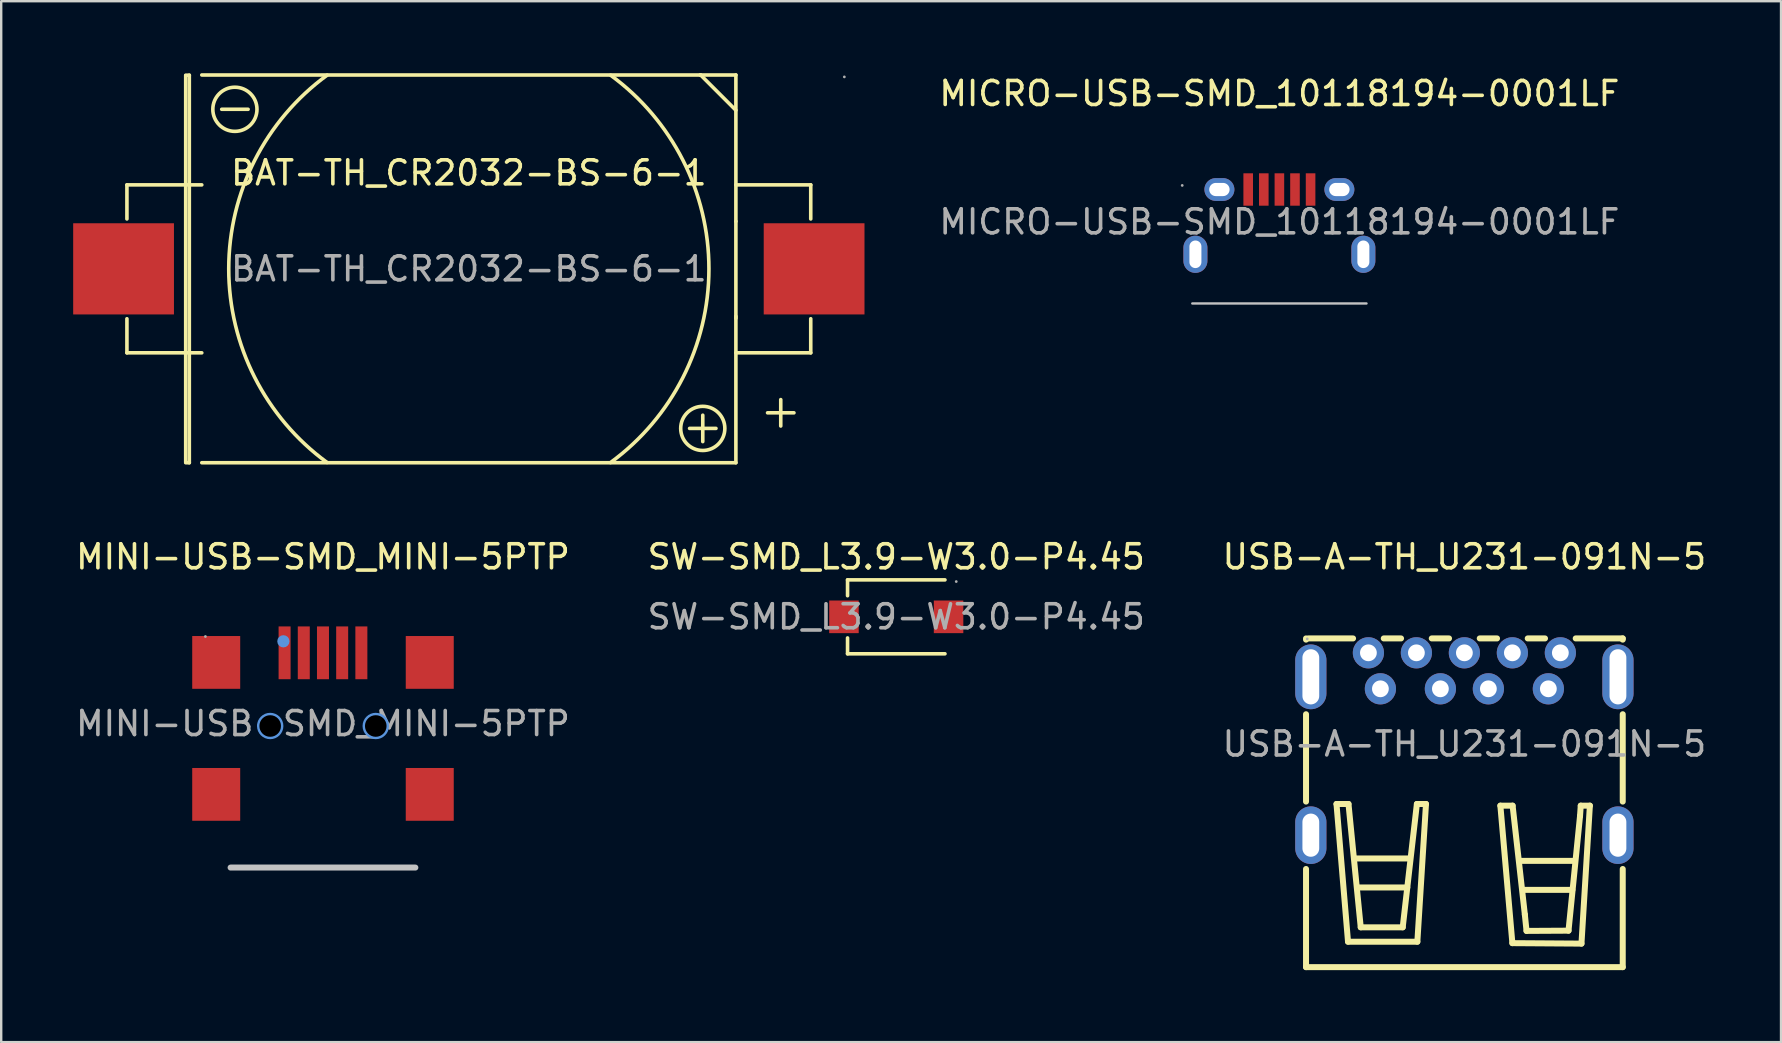
<source format=kicad_pcb>
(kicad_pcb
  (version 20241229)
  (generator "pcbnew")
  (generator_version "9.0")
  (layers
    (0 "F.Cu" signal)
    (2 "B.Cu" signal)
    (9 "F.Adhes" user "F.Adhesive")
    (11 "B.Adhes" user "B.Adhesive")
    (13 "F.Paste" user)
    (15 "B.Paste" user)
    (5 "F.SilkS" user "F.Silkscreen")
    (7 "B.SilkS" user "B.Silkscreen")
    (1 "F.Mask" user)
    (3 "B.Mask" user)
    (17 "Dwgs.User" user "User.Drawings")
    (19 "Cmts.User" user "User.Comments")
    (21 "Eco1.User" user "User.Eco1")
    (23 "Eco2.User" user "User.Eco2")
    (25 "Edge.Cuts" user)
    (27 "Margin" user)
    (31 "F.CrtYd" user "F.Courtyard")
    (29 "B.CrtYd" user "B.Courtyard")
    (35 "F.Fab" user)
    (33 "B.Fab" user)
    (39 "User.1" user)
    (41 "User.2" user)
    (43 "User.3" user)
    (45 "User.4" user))
  (footprint "BAT-TH_CR2032-BS-6-1"
    (layer "F.Cu")
    (at 16.49 8.155)
    (property "Reference" "BAT-TH_CR2032-BS-6-1" (at 0 -4 0) (layer "F.SilkS") (effects (font (size 1 1) (thickness 0.15))))
    (attr smd)
    (fp_line (start -14.25 -3.5) (end -14.25 -2.08) (stroke (width 0.15) (type solid)) (layer "F.SilkS"))
    (fp_line (start -14.25 -3.5) (end -11.13 -3.5) (stroke (width 0.15) (type solid)) (layer "F.SilkS"))
    (fp_line (start -14.25 3.5) (end -14.25 2.08) (stroke (width 0.15) (type solid)) (layer "F.SilkS"))
    (fp_line (start -14.25 3.5) (end -11.13 3.5) (stroke (width 0.15) (type solid)) (layer "F.SilkS"))
    (fp_line (start -11.8 -8.07) (end -11.65 -8.07) (stroke (width 0.15) (type solid)) (layer "F.SilkS"))
    (fp_line (start -11.8 -8.05) (end -11.8 8.05) (stroke (width 0.15) (type solid)) (layer "F.SilkS"))
    (fp_line (start -11.65 -8.07) (end -11.65 8.08) (stroke (width 0.15) (type solid)) (layer "F.SilkS"))
    (fp_line (start -11.65 8.08) (end -11.8 8.08) (stroke (width 0.15) (type solid)) (layer "F.SilkS"))
    (fp_line (start -11.13 -8.08) (end 11.13 -8.08) (stroke (width 0.15) (type solid)) (layer "F.SilkS"))
    (fp_line (start -11.13 8.08) (end 11.13 8.08) (stroke (width 0.15) (type solid)) (layer "F.SilkS"))
    (fp_line (start -9.2 -6.65) (end -10.3 -6.65) (stroke (width 0.15) (type solid)) (layer "F.SilkS"))
    (fp_line (start 9.2 6.65) (end 10.3 6.65) (stroke (width 0.15) (type solid)) (layer "F.SilkS"))
    (fp_line (start 9.64 -8.08) (end 9.66 -8.08) (stroke (width 0.15) (type solid)) (layer "F.SilkS"))
    (fp_line (start 9.66 -8.08) (end 11.13 -6.61) (stroke (width 0.15) (type solid)) (layer "F.SilkS"))
    (fp_line (start 9.75 7.2) (end 9.75 6.1) (stroke (width 0.15) (type solid)) (layer "F.SilkS"))
    (fp_line (start 11.13 -8.08) (end 11.13 -1.98) (stroke (width 0.15) (type solid)) (layer "F.SilkS"))
    (fp_line (start 11.13 -1.98) (end 11.13 2.06) (stroke (width 0.15) (type solid)) (layer "F.SilkS"))
    (fp_line (start 11.13 8.08) (end 11.13 1.98) (stroke (width 0.15) (type solid)) (layer "F.SilkS"))
    (fp_line (start 12.45 6) (end 13.55 6) (stroke (width 0.15) (type solid)) (layer "F.SilkS"))
    (fp_line (start 13 6.55) (end 13 5.45) (stroke (width 0.15) (type solid)) (layer "F.SilkS"))
    (fp_line (start 14.25 -3.5) (end 11.13 -3.5) (stroke (width 0.15) (type solid)) (layer "F.SilkS"))
    (fp_line (start 14.25 -3.5) (end 14.25 -2.08) (stroke (width 0.15) (type solid)) (layer "F.SilkS"))
    (fp_line (start 14.25 3.5) (end 11.13 3.5) (stroke (width 0.15) (type solid)) (layer "F.SilkS"))
    (fp_line (start 14.25 3.5) (end 14.25 2.08) (stroke (width 0.15) (type solid)) (layer "F.SilkS"))
    (fp_arc (start -5.91 8.07) (mid -10.006744 -0.003602) (end -5.904183 -8.07425) (stroke (width 0.15) (type solid)) (layer "F.SilkS"))
    (fp_arc (start 5.91 -8.07) (mid 10.006744 0.003602) (end 5.904183 8.07425) (stroke (width 0.15) (type solid)) (layer "F.SilkS"))
    (fp_circle (center -9.75 -6.65) (end -8.83 -6.65) (stroke (width 0.15) (type solid)) (fill no) (layer "F.SilkS"))
    (fp_circle (center 9.75 6.65) (end 10.67 6.65) (stroke (width 0.15) (type solid)) (fill no) (layer "F.SilkS"))
    (fp_circle (center 15.65 -8) (end 15.68 -8) (stroke (width 0.06) (type solid)) (fill no) (layer "F.Fab"))
    (fp_text user "${REFERENCE}" (at 0 0 0) (layer "F.Fab") (effects (font (size 1 1) (thickness 0.15))))
    (pad "1" smd rect (at 14.39 0) (size 4.2 3.8) (layers "F.Cu" "F.Mask" "F.Paste"))
    (pad "2" smd rect (at -14.39 0) (size 4.2 3.8) (layers "F.Cu" "F.Mask" "F.Paste")))
  (footprint "MINI-USB-SMD_MINI-5PTP"
    (layer "F.Cu")
    (at 10.411 27.108)
    (property "Reference" "MINI-USB-SMD_MINI-5PTP" (at 0 -6.95 0) (layer "F.SilkS") (effects (font (size 1 1) (thickness 0.15))))
    (attr smd)
    (fp_line (start 3.85 6) (end -3.85 6) (stroke (width 0.25) (type solid)) (layer "Dwgs.User"))
    (fp_circle (center -2.2 0.1) (end -2.02 0.1) (stroke (width 0.37) (type solid)) (fill no) (layer "Cmts.User"))
    (fp_circle (center -1.65 -3.43) (end -1.52 -3.43) (stroke (width 0.25) (type solid)) (fill no) (layer "Cmts.User"))
    (fp_circle (center 2.2 0.1) (end 2.38 0.1) (stroke (width 0.37) (type solid)) (fill no) (layer "Cmts.User"))
    (fp_circle (center -4.9 -3.63) (end -4.87 -3.63) (stroke (width 0.06) (type solid)) (fill no) (layer "F.Fab"))
    (fp_text user "${REFERENCE}" (at 0 0 0) (layer "F.Fab") (effects (font (size 1 1) (thickness 0.15))))
    (pad "" np_thru_hole circle (at -2.2 0.1) (size 0.9 0.9) (drill 0.9) (layers "*.Mask"))
    (pad "" np_thru_hole circle (at 2.2 0.1) (size 0.9 0.9) (drill 0.9) (layers "*.Mask"))
    (pad "1" smd rect (at -1.6 -2.95) (size 0.5 2.2) (layers "F.Cu" "F.Mask" "F.Paste"))
    (pad "2" smd rect (at -0.8 -2.95) (size 0.5 2.2) (layers "F.Cu" "F.Mask" "F.Paste"))
    (pad "3" smd rect (at 0 -2.95) (size 0.5 2.2) (layers "F.Cu" "F.Mask" "F.Paste"))
    (pad "4" smd rect (at 0.8 -2.95) (size 0.5 2.2) (layers "F.Cu" "F.Mask" "F.Paste"))
    (pad "5" smd rect (at 1.6 -2.95) (size 0.5 2.2) (layers "F.Cu" "F.Mask" "F.Paste"))
    (pad "6" smd rect (at -4.45 -2.55) (size 2 2.2) (layers "F.Cu" "F.Mask" "F.Paste"))
    (pad "6" smd rect (at -4.45 2.95) (size 2 2.2) (layers "F.Cu" "F.Mask" "F.Paste"))
    (pad "6" smd rect (at 4.45 -2.55) (size 2 2.2) (layers "F.Cu" "F.Mask" "F.Paste"))
    (pad "6" smd rect (at 4.45 2.95) (size 2 2.2) (layers "F.Cu" "F.Mask" "F.Paste")))
  (footprint "USB-A-TH_U231-091N-5"
    (layer "F.Cu")
    (at 57.982 27.958)
    (property "Reference" "USB-A-TH_U231-091N-5" (at 0 -7.8 180) (layer "F.SilkS") (effects (font (size 1 1) (thickness 0.15))))
    (attr through_hole)
    (fp_line (start -6.6 -4.4) (end -6.6 -4.35) (stroke (width 0.25) (type solid)) (layer "F.SilkS"))
    (fp_line (start -6.6 -1.24) (end -6.6 2.4) (stroke (width 0.25) (type solid)) (layer "F.SilkS"))
    (fp_line (start -6.6 5.21) (end -6.6 9.3) (stroke (width 0.25) (type solid)) (layer "F.SilkS"))
    (fp_line (start -6.6 9.3) (end 6.6 9.3) (stroke (width 0.25) (type solid)) (layer "F.SilkS"))
    (fp_line (start -5.33 2.5) (end -4.83 2.5) (stroke (width 0.25) (type solid)) (layer "F.SilkS"))
    (fp_line (start -4.85 8.24) (end -5.33 2.5) (stroke (width 0.25) (type solid)) (layer "F.SilkS"))
    (fp_line (start -4.83 2.5) (end -4.32 7.64) (stroke (width 0.25) (type solid)) (layer "F.SilkS"))
    (fp_line (start -4.64 -4.4) (end -6.5 -4.4) (stroke (width 0.25) (type solid)) (layer "F.SilkS"))
    (fp_line (start -4.55 4.77) (end -2.29 4.77) (stroke (width 0.25) (type solid)) (layer "F.SilkS"))
    (fp_line (start -4.41 5.98) (end -2.38 5.98) (stroke (width 0.25) (type solid)) (layer "F.SilkS"))
    (fp_line (start -4.32 7.64) (end -2.57 7.64) (stroke (width 0.25) (type solid)) (layer "F.SilkS"))
    (fp_line (start -2.64 -4.4) (end -3.36 -4.4) (stroke (width 0.25) (type solid)) (layer "F.SilkS"))
    (fp_line (start -2.57 7.64) (end -1.98 2.5) (stroke (width 0.25) (type solid)) (layer "F.SilkS"))
    (fp_line (start -1.98 2.5) (end -1.6 2.5) (stroke (width 0.25) (type solid)) (layer "F.SilkS"))
    (fp_line (start -1.96 8.24) (end -4.85 8.24) (stroke (width 0.25) (type solid)) (layer "F.SilkS"))
    (fp_line (start -1.6 2.5) (end -1.96 8.24) (stroke (width 0.25) (type solid)) (layer "F.SilkS"))
    (fp_line (start -0.64 -4.4) (end -1.36 -4.4) (stroke (width 0.25) (type solid)) (layer "F.SilkS"))
    (fp_line (start 1.36 -4.4) (end 0.64 -4.4) (stroke (width 0.25) (type solid)) (layer "F.SilkS"))
    (fp_line (start 1.5 2.57) (end 2.01 2.57) (stroke (width 0.25) (type solid)) (layer "F.SilkS"))
    (fp_line (start 2 8.3) (end 1.5 2.57) (stroke (width 0.25) (type solid)) (layer "F.SilkS"))
    (fp_line (start 2.01 2.57) (end 2.52 7.11) (stroke (width 0.25) (type solid)) (layer "F.SilkS"))
    (fp_line (start 2.33 4.87) (end 4.59 4.87) (stroke (width 0.25) (type solid)) (layer "F.SilkS"))
    (fp_line (start 2.47 6.08) (end 4.5 6.08) (stroke (width 0.25) (type solid)) (layer "F.SilkS"))
    (fp_line (start 2.52 7.11) (end 2.59 7.79) (stroke (width 0.25) (type solid)) (layer "F.SilkS"))
    (fp_line (start 2.59 7.79) (end 4.34 7.78) (stroke (width 0.25) (type solid)) (layer "F.SilkS"))
    (fp_line (start 3.36 -4.4) (end 2.64 -4.4) (stroke (width 0.25) (type solid)) (layer "F.SilkS"))
    (fp_line (start 4.34 7.78) (end 4.82 3) (stroke (width 0.25) (type solid)) (layer "F.SilkS"))
    (fp_line (start 4.82 3) (end 4.85 2.57) (stroke (width 0.25) (type solid)) (layer "F.SilkS"))
    (fp_line (start 4.85 2.57) (end 5.23 2.57) (stroke (width 0.25) (type solid)) (layer "F.SilkS"))
    (fp_line (start 4.88 8.32) (end 2 8.3) (stroke (width 0.25) (type solid)) (layer "F.SilkS"))
    (fp_line (start 5.23 2.57) (end 4.88 8.32) (stroke (width 0.25) (type solid)) (layer "F.SilkS"))
    (fp_line (start 6.6 -4.4) (end 4.64 -4.4) (stroke (width 0.25) (type solid)) (layer "F.SilkS"))
    (fp_line (start 6.6 -4.35) (end 6.6 -4.4) (stroke (width 0.25) (type solid)) (layer "F.SilkS"))
    (fp_line (start 6.6 2.4) (end 6.6 -1.24) (stroke (width 0.25) (type solid)) (layer "F.SilkS"))
    (fp_line (start 6.6 9.3) (end 6.6 5.21) (stroke (width 0.25) (type solid)) (layer "F.SilkS"))
    (fp_circle (center -6.55 -4.38) (end -6.52 -4.38) (stroke (width 0.06) (type solid)) (fill no) (layer "F.Fab"))
    (fp_text user "${REFERENCE}" (at 0 0 180) (layer "F.Fab") (effects (font (size 1 1) (thickness 0.15))))
    (pad "1" thru_hole circle (at -3.5 -2.3) (size 1.3 1.3) (drill 0.7) (layers "*.Cu" "*.Paste" "*.Mask"))
    (pad "2" thru_hole circle (at -1 -2.3) (size 1.3 1.3) (drill 0.7) (layers "*.Cu" "*.Paste" "*.Mask"))
    (pad "3" thru_hole circle (at 1 -2.3) (size 1.3 1.3) (drill 0.7) (layers "*.Cu" "*.Paste" "*.Mask"))
    (pad "4" thru_hole circle (at 3.5 -2.3) (size 1.3 1.3) (drill 0.7) (layers "*.Cu" "*.Paste" "*.Mask"))
    (pad "5" thru_hole circle (at 4 -3.8) (size 1.3 1.3) (drill 0.7) (layers "*.Cu" "*.Paste" "*.Mask"))
    (pad "6" thru_hole circle (at 2 -3.8) (size 1.3 1.3) (drill 0.7) (layers "*.Cu" "*.Paste" "*.Mask"))
    (pad "7" thru_hole circle (at 0 -3.8) (size 1.3 1.3) (drill 0.7) (layers "*.Cu" "*.Paste" "*.Mask"))
    (pad "8" thru_hole circle (at -2 -3.8) (size 1.3 1.3) (drill 0.7) (layers "*.Cu" "*.Paste" "*.Mask"))
    (pad "9" thru_hole circle (at -4 -3.8) (size 1.3 1.3) (drill 0.7) (layers "*.Cu" "*.Paste" "*.Mask"))
    (pad "10" thru_hole oval (at -6.4 -2.8) (size 1.3 2.7) (drill oval 0.7 2.3) (layers "*.Cu" "*.Paste" "*.Mask"))
    (pad "10" thru_hole oval (at -6.4 3.8) (size 1.3 2.4) (drill oval 0.7 1.8) (layers "*.Cu" "*.Paste" "*.Mask"))
    (pad "10" thru_hole oval (at 6.4 -2.8) (size 1.3 2.7) (drill oval 0.7 2.3) (layers "*.Cu" "*.Paste" "*.Mask"))
    (pad "10" thru_hole oval (at 6.4 3.8) (size 1.3 2.4) (drill oval 0.7 1.8) (layers "*.Cu" "*.Paste" "*.Mask")))
  (footprint "SW-SMD_L3.9-W3.0-P4.45"
    (layer "F.Cu")
    (at 34.304 22.658)
    (property "Reference" "SW-SMD_L3.9-W3.0-P4.45" (at 0 -2.5 0) (layer "F.SilkS") (effects (font (size 1 1) (thickness 0.15))))
    (attr smd)
    (fp_line (start -2.03 -1.54) (end -2.03 -0.88) (stroke (width 0.15) (type solid)) (layer "F.SilkS"))
    (fp_line (start -2.03 1.54) (end -2.03 0.88) (stroke (width 0.15) (type solid)) (layer "F.SilkS"))
    (fp_line (start 2.03 -1.54) (end -2.03 -1.54) (stroke (width 0.15) (type solid)) (layer "F.SilkS"))
    (fp_line (start 2.03 1.54) (end -2.03 1.54) (stroke (width 0.15) (type solid)) (layer "F.SilkS"))
    (fp_circle (center 2.5 -1.47) (end 2.53 -1.47) (stroke (width 0.06) (type solid)) (fill no) (layer "F.Fab"))
    (fp_text user "${REFERENCE}" (at 0 0 0) (layer "F.Fab") (effects (font (size 1 1) (thickness 0.15))))
    (pad "1" smd rect (at -2.18 0) (size 1.23 1.36) (layers "F.Cu" "F.Mask" "F.Paste"))
    (pad "2" smd rect (at 2.18 0) (size 1.23 1.36) (layers "F.Cu" "F.Mask" "F.Paste")))
  (footprint "MICRO-USB-SMD_10118194-0001LF"
    (layer "F.Cu")
    (at 50.272 6.198)
    (property "Reference" "MICRO-USB-SMD_10118194-0001LF" (at 0 -5.35 0) (layer "F.SilkS") (effects (font (size 1 1) (thickness 0.15))))
    (attr smd)
    (fp_line (start -3.63 3.4) (end 3.63 3.4) (stroke (width 0.1) (type solid)) (layer "Dwgs.User"))
    (fp_circle (center -4.05 -1.52) (end -4.02 -1.52) (stroke (width 0.06) (type solid)) (fill no) (layer "F.Fab"))
    (fp_text user "${REFERENCE}" (at 0 0 0) (layer "F.Fab") (effects (font (size 1 1) (thickness 0.15))))
    (pad "1" smd rect (at -1.3 -1.35) (size 0.4 1.35) (layers "F.Cu" "F.Mask" "F.Paste"))
    (pad "2" smd rect (at -0.65 -1.35) (size 0.4 1.35) (layers "F.Cu" "F.Mask" "F.Paste"))
    (pad "3" smd rect (at 0 -1.35) (size 0.4 1.35) (layers "F.Cu" "F.Mask" "F.Paste"))
    (pad "4" smd rect (at 0.65 -1.35) (size 0.4 1.35) (layers "F.Cu" "F.Mask" "F.Paste"))
    (pad "5" smd rect (at 1.3 -1.35) (size 0.4 1.35) (layers "F.Cu" "F.Mask" "F.Paste"))
    (pad "6" thru_hole oval (at -3.5 1.35) (size 1 1.55) (drill oval 0.5 1.15) (layers "*.Cu" "*.Paste" "*.Mask"))
    (pad "6" thru_hole oval (at -2.5 -1.35) (size 1.25 0.95) (drill oval 0.85 0.55) (layers "*.Cu" "*.Paste" "*.Mask"))
    (pad "6" thru_hole oval (at 2.5 -1.35) (size 1.25 0.95) (drill oval 0.85 0.55) (layers "*.Cu" "*.Paste" "*.Mask"))
    (pad "6" thru_hole oval (at 3.5 1.35) (size 1 1.55) (drill oval 0.5 1.15) (layers "*.Cu" "*.Paste" "*.Mask")))
  (gr_rect
    (start -3 -3)
    (end 71.179 40.383)
    (stroke (width 0.1) (type default))
    (fill no)
    (layer "Edge.Cuts")))
</source>
